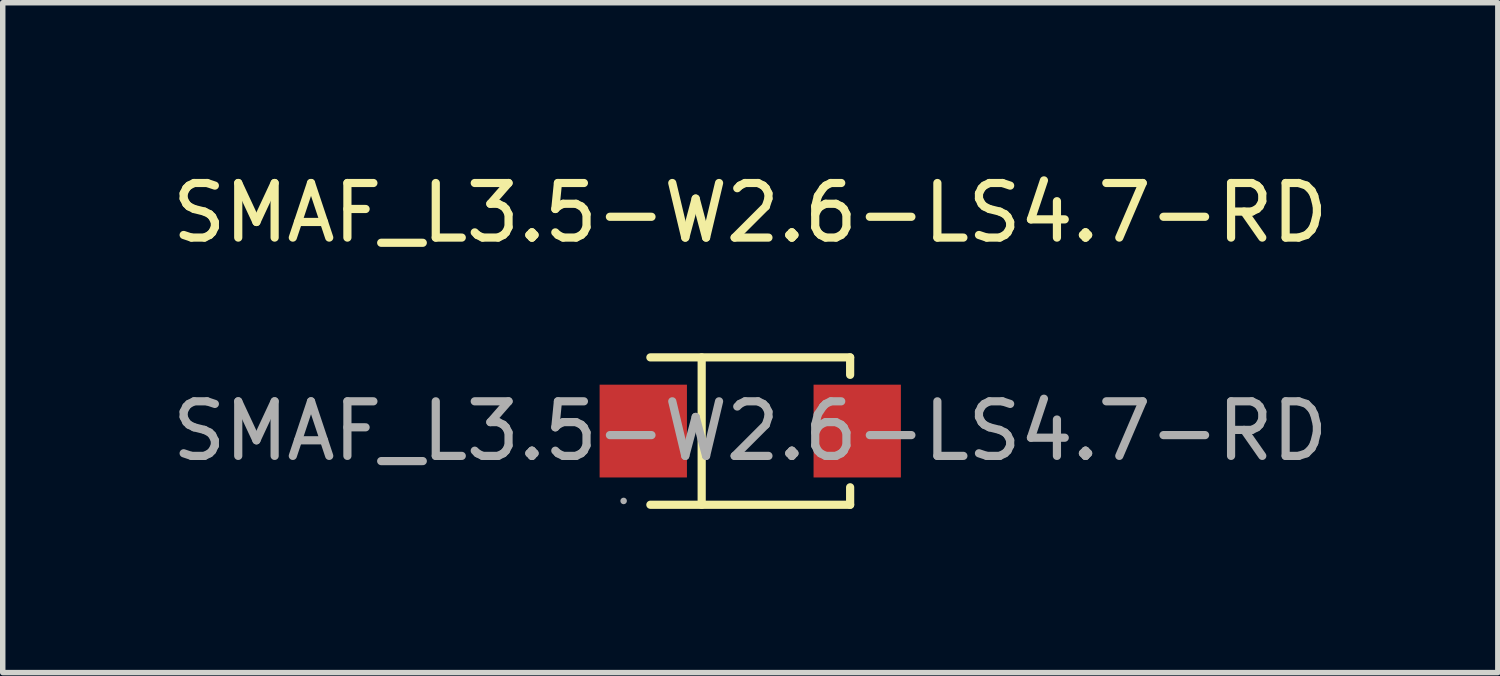
<source format=kicad_pcb>
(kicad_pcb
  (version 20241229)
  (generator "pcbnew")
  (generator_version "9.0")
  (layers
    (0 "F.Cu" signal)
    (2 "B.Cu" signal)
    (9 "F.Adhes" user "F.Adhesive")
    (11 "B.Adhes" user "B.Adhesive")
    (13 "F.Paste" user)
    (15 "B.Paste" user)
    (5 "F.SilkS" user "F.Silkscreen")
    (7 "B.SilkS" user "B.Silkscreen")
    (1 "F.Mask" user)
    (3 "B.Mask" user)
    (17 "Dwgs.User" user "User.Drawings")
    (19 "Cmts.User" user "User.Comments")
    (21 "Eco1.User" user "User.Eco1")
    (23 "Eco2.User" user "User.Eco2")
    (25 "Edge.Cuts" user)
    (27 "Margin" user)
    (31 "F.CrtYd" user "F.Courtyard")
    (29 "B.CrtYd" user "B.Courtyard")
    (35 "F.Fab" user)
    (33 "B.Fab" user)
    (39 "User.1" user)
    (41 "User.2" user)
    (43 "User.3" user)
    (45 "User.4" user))
  (footprint "SMAF_L3.5-W2.6-LS4.7-RD"
    (layer "F.Cu")
    (at 10.696 4.848)
    (property "Reference" "SMAF_L3.5-W2.6-LS4.7-RD" (at 0 -4 0) (layer "F.SilkS") (effects (font (size 1 1) (thickness 0.15))))
    (attr smd)
    (fp_line (start -1.83 -1.35) (end 1.83 -1.35) (stroke (width 0.15) (type solid)) (layer "F.SilkS"))
    (fp_line (start -1.83 1.35) (end 1.83 1.35) (stroke (width 0.15) (type solid)) (layer "F.SilkS"))
    (fp_line (start -0.89 -1.35) (end -0.89 1.35) (stroke (width 0.15) (type solid)) (layer "F.SilkS"))
    (fp_line (start 1.83 -1.35) (end 1.83 -1.03) (stroke (width 0.15) (type solid)) (layer "F.SilkS"))
    (fp_line (start 1.83 1.03) (end 1.83 1.35) (stroke (width 0.15) (type solid)) (layer "F.SilkS"))
    (fp_circle (center -2.32 1.28) (end -2.29 1.28) (stroke (width 0.06) (type solid)) (fill no) (layer "F.Fab"))
    (fp_text user "${REFERENCE}" (at 0 0 0) (layer "F.Fab") (effects (font (size 1 1) (thickness 0.15))))
    (pad "1" smd rect (at -1.96 0 180) (size 1.6 1.7) (layers "F.Cu" "F.Mask" "F.Paste"))
    (pad "2" smd rect (at 1.96 0 180) (size 1.6 1.7) (layers "F.Cu" "F.Mask" "F.Paste")))
  (gr_rect
    (start -3 -3)
    (end 24.393 9.273)
    (stroke (width 0.1) (type default))
    (fill no)
    (layer "Edge.Cuts")))
</source>
